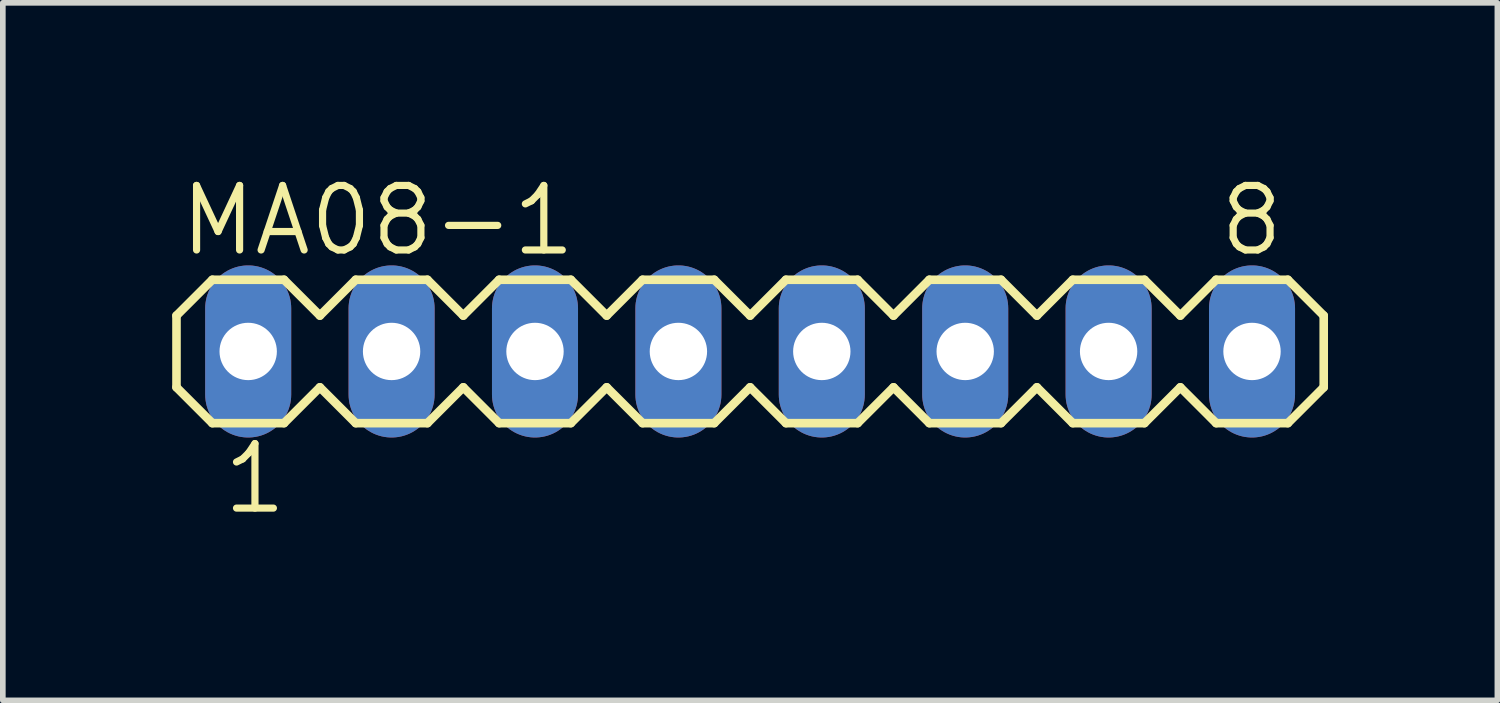
<source format=kicad_pcb>
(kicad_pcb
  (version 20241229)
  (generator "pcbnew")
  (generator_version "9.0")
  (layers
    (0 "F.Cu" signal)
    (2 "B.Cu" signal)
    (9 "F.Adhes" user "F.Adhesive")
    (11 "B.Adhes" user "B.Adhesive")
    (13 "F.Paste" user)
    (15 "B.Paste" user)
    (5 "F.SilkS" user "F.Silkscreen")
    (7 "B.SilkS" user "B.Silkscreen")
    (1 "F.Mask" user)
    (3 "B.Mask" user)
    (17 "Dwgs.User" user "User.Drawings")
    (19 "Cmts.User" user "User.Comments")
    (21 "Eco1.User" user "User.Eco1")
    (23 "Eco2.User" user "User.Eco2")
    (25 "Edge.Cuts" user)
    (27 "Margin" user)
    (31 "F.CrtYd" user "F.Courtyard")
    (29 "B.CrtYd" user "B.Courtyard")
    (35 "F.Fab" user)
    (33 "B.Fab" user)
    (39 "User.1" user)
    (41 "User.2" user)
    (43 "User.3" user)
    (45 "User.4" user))
  (footprint "MA08-1"
    (layer "F.Cu")
    (at 10.236 3.175)
    (property "Reference" "MA08-1" (at -10.16 -1.651 0) (layer "F.SilkS") (effects (font (size 1.143 1.143) (thickness 0.127)) (justify left bottom)))
    (fp_line (start -10.16 -0.635) (end -10.16 0.635) (stroke (width 0.152) (type solid)) (layer "F.SilkS"))
    (fp_line (start -10.16 0.635) (end -9.525 1.27) (stroke (width 0.152) (type solid)) (layer "F.SilkS"))
    (fp_line (start -9.525 -1.27) (end -10.16 -0.635) (stroke (width 0.152) (type solid)) (layer "F.SilkS"))
    (fp_line (start -9.525 -1.27) (end -8.255 -1.27) (stroke (width 0.152) (type solid)) (layer "F.SilkS"))
    (fp_line (start -8.255 -1.27) (end -7.62 -0.635) (stroke (width 0.152) (type solid)) (layer "F.SilkS"))
    (fp_line (start -8.255 1.27) (end -9.525 1.27) (stroke (width 0.152) (type solid)) (layer "F.SilkS"))
    (fp_line (start -7.62 -0.635) (end -6.985 -1.27) (stroke (width 0.152) (type solid)) (layer "F.SilkS"))
    (fp_line (start -7.62 0.635) (end -8.255 1.27) (stroke (width 0.152) (type solid)) (layer "F.SilkS"))
    (fp_line (start -6.985 -1.27) (end -5.715 -1.27) (stroke (width 0.152) (type solid)) (layer "F.SilkS"))
    (fp_line (start -6.985 1.27) (end -7.62 0.635) (stroke (width 0.152) (type solid)) (layer "F.SilkS"))
    (fp_line (start -5.715 -1.27) (end -5.08 -0.635) (stroke (width 0.152) (type solid)) (layer "F.SilkS"))
    (fp_line (start -5.715 1.27) (end -6.985 1.27) (stroke (width 0.152) (type solid)) (layer "F.SilkS"))
    (fp_line (start -5.08 -0.635) (end -4.445 -1.27) (stroke (width 0.152) (type solid)) (layer "F.SilkS"))
    (fp_line (start -5.08 0.635) (end -5.715 1.27) (stroke (width 0.152) (type solid)) (layer "F.SilkS"))
    (fp_line (start -4.445 -1.27) (end -3.175 -1.27) (stroke (width 0.152) (type solid)) (layer "F.SilkS"))
    (fp_line (start -4.445 1.27) (end -5.08 0.635) (stroke (width 0.152) (type solid)) (layer "F.SilkS"))
    (fp_line (start -3.175 -1.27) (end -2.54 -0.635) (stroke (width 0.152) (type solid)) (layer "F.SilkS"))
    (fp_line (start -3.175 1.27) (end -4.445 1.27) (stroke (width 0.152) (type solid)) (layer "F.SilkS"))
    (fp_line (start -2.54 0.635) (end -3.175 1.27) (stroke (width 0.152) (type solid)) (layer "F.SilkS"))
    (fp_line (start -2.54 0.635) (end -1.905 1.27) (stroke (width 0.152) (type solid)) (layer "F.SilkS"))
    (fp_line (start -1.905 -1.27) (end -2.54 -0.635) (stroke (width 0.152) (type solid)) (layer "F.SilkS"))
    (fp_line (start -1.905 -1.27) (end -0.635 -1.27) (stroke (width 0.152) (type solid)) (layer "F.SilkS"))
    (fp_line (start -0.635 -1.27) (end 0 -0.635) (stroke (width 0.152) (type solid)) (layer "F.SilkS"))
    (fp_line (start -0.635 1.27) (end -1.905 1.27) (stroke (width 0.152) (type solid)) (layer "F.SilkS"))
    (fp_line (start 0 0.635) (end -0.635 1.27) (stroke (width 0.152) (type solid)) (layer "F.SilkS"))
    (fp_line (start 0 0.635) (end 0.635 1.27) (stroke (width 0.152) (type solid)) (layer "F.SilkS"))
    (fp_line (start 0.635 -1.27) (end 0 -0.635) (stroke (width 0.152) (type solid)) (layer "F.SilkS"))
    (fp_line (start 0.635 -1.27) (end 1.905 -1.27) (stroke (width 0.152) (type solid)) (layer "F.SilkS"))
    (fp_line (start 1.905 -1.27) (end 2.54 -0.635) (stroke (width 0.152) (type solid)) (layer "F.SilkS"))
    (fp_line (start 1.905 1.27) (end 0.635 1.27) (stroke (width 0.152) (type solid)) (layer "F.SilkS"))
    (fp_line (start 2.54 -0.635) (end 3.175 -1.27) (stroke (width 0.152) (type solid)) (layer "F.SilkS"))
    (fp_line (start 2.54 0.635) (end 1.905 1.27) (stroke (width 0.152) (type solid)) (layer "F.SilkS"))
    (fp_line (start 3.175 -1.27) (end 4.445 -1.27) (stroke (width 0.152) (type solid)) (layer "F.SilkS"))
    (fp_line (start 3.175 1.27) (end 2.54 0.635) (stroke (width 0.152) (type solid)) (layer "F.SilkS"))
    (fp_line (start 4.445 -1.27) (end 5.08 -0.635) (stroke (width 0.152) (type solid)) (layer "F.SilkS"))
    (fp_line (start 4.445 1.27) (end 3.175 1.27) (stroke (width 0.152) (type solid)) (layer "F.SilkS"))
    (fp_line (start 5.08 -0.635) (end 5.715 -1.27) (stroke (width 0.152) (type solid)) (layer "F.SilkS"))
    (fp_line (start 5.08 0.635) (end 4.445 1.27) (stroke (width 0.152) (type solid)) (layer "F.SilkS"))
    (fp_line (start 5.715 -1.27) (end 6.985 -1.27) (stroke (width 0.152) (type solid)) (layer "F.SilkS"))
    (fp_line (start 5.715 1.27) (end 5.08 0.635) (stroke (width 0.152) (type solid)) (layer "F.SilkS"))
    (fp_line (start 6.985 -1.27) (end 7.62 -0.635) (stroke (width 0.152) (type solid)) (layer "F.SilkS"))
    (fp_line (start 6.985 1.27) (end 5.715 1.27) (stroke (width 0.152) (type solid)) (layer "F.SilkS"))
    (fp_line (start 7.62 0.635) (end 6.985 1.27) (stroke (width 0.152) (type solid)) (layer "F.SilkS"))
    (fp_line (start 7.62 0.635) (end 8.255 1.27) (stroke (width 0.152) (type solid)) (layer "F.SilkS"))
    (fp_line (start 8.255 -1.27) (end 7.62 -0.635) (stroke (width 0.152) (type solid)) (layer "F.SilkS"))
    (fp_line (start 8.255 -1.27) (end 9.525 -1.27) (stroke (width 0.152) (type solid)) (layer "F.SilkS"))
    (fp_line (start 9.525 -1.27) (end 10.16 -0.635) (stroke (width 0.152) (type solid)) (layer "F.SilkS"))
    (fp_line (start 9.525 1.27) (end 8.255 1.27) (stroke (width 0.152) (type solid)) (layer "F.SilkS"))
    (fp_line (start 10.16 -0.635) (end 10.16 0.635) (stroke (width 0.152) (type solid)) (layer "F.SilkS"))
    (fp_line (start 10.16 0.635) (end 9.525 1.27) (stroke (width 0.152) (type solid)) (layer "F.SilkS"))
    (fp_poly (pts (xy -9.144 0.254) (xy -8.636 0.254) (xy -8.636 -0.254) (xy -9.144 -0.254)) (stroke (width 0.1) (type default)) (fill no) (layer "F.Fab"))
    (fp_poly (pts (xy -6.604 0.254) (xy -6.096 0.254) (xy -6.096 -0.254) (xy -6.604 -0.254)) (stroke (width 0.1) (type default)) (fill no) (layer "F.Fab"))
    (fp_poly (pts (xy -4.064 0.254) (xy -3.556 0.254) (xy -3.556 -0.254) (xy -4.064 -0.254)) (stroke (width 0.1) (type default)) (fill no) (layer "F.Fab"))
    (fp_poly (pts (xy -1.524 0.254) (xy -1.016 0.254) (xy -1.016 -0.254) (xy -1.524 -0.254)) (stroke (width 0.1) (type default)) (fill no) (layer "F.Fab"))
    (fp_poly (pts (xy 1.016 0.254) (xy 1.524 0.254) (xy 1.524 -0.254) (xy 1.016 -0.254)) (stroke (width 0.1) (type default)) (fill no) (layer "F.Fab"))
    (fp_poly (pts (xy 3.556 0.254) (xy 4.064 0.254) (xy 4.064 -0.254) (xy 3.556 -0.254)) (stroke (width 0.1) (type default)) (fill no) (layer "F.Fab"))
    (fp_poly (pts (xy 6.096 0.254) (xy 6.604 0.254) (xy 6.604 -0.254) (xy 6.096 -0.254)) (stroke (width 0.1) (type default)) (fill no) (layer "F.Fab"))
    (fp_poly (pts (xy 8.636 0.254) (xy 9.144 0.254) (xy 9.144 -0.254) (xy 8.636 -0.254)) (stroke (width 0.1) (type default)) (fill no) (layer "F.Fab"))
    (fp_text user "1" (at -9.398 2.921 0) (layer "F.SilkS") (effects (font (size 1.143 1.143) (thickness 0.127)) (justify left bottom)))
    (fp_text user "8" (at 8.255 -1.651 0) (layer "F.SilkS") (effects (font (size 1.143 1.143) (thickness 0.127)) (justify left bottom)))
    (pad "1" thru_hole oval (at -8.89 0 90) (size 3.048 1.524) (drill 1.016) (layers "*.Cu" "*.Mask"))
    (pad "2" thru_hole oval (at -6.35 0 90) (size 3.048 1.524) (drill 1.016) (layers "*.Cu" "*.Mask"))
    (pad "3" thru_hole oval (at -3.81 0 90) (size 3.048 1.524) (drill 1.016) (layers "*.Cu" "*.Mask"))
    (pad "4" thru_hole oval (at -1.27 0 90) (size 3.048 1.524) (drill 1.016) (layers "*.Cu" "*.Mask"))
    (pad "5" thru_hole oval (at 1.27 0 90) (size 3.048 1.524) (drill 1.016) (layers "*.Cu" "*.Mask"))
    (pad "6" thru_hole oval (at 3.81 0 90) (size 3.048 1.524) (drill 1.016) (layers "*.Cu" "*.Mask"))
    (pad "7" thru_hole oval (at 6.35 0 90) (size 3.048 1.524) (drill 1.016) (layers "*.Cu" "*.Mask"))
    (pad "8" thru_hole oval (at 8.89 0 90) (size 3.048 1.524) (drill 1.016) (layers "*.Cu" "*.Mask")))
  (gr_rect
    (start -3 -3)
    (end 23.472 9.355)
    (stroke (width 0.1) (type default))
    (fill no)
    (layer "Edge.Cuts")))
</source>
